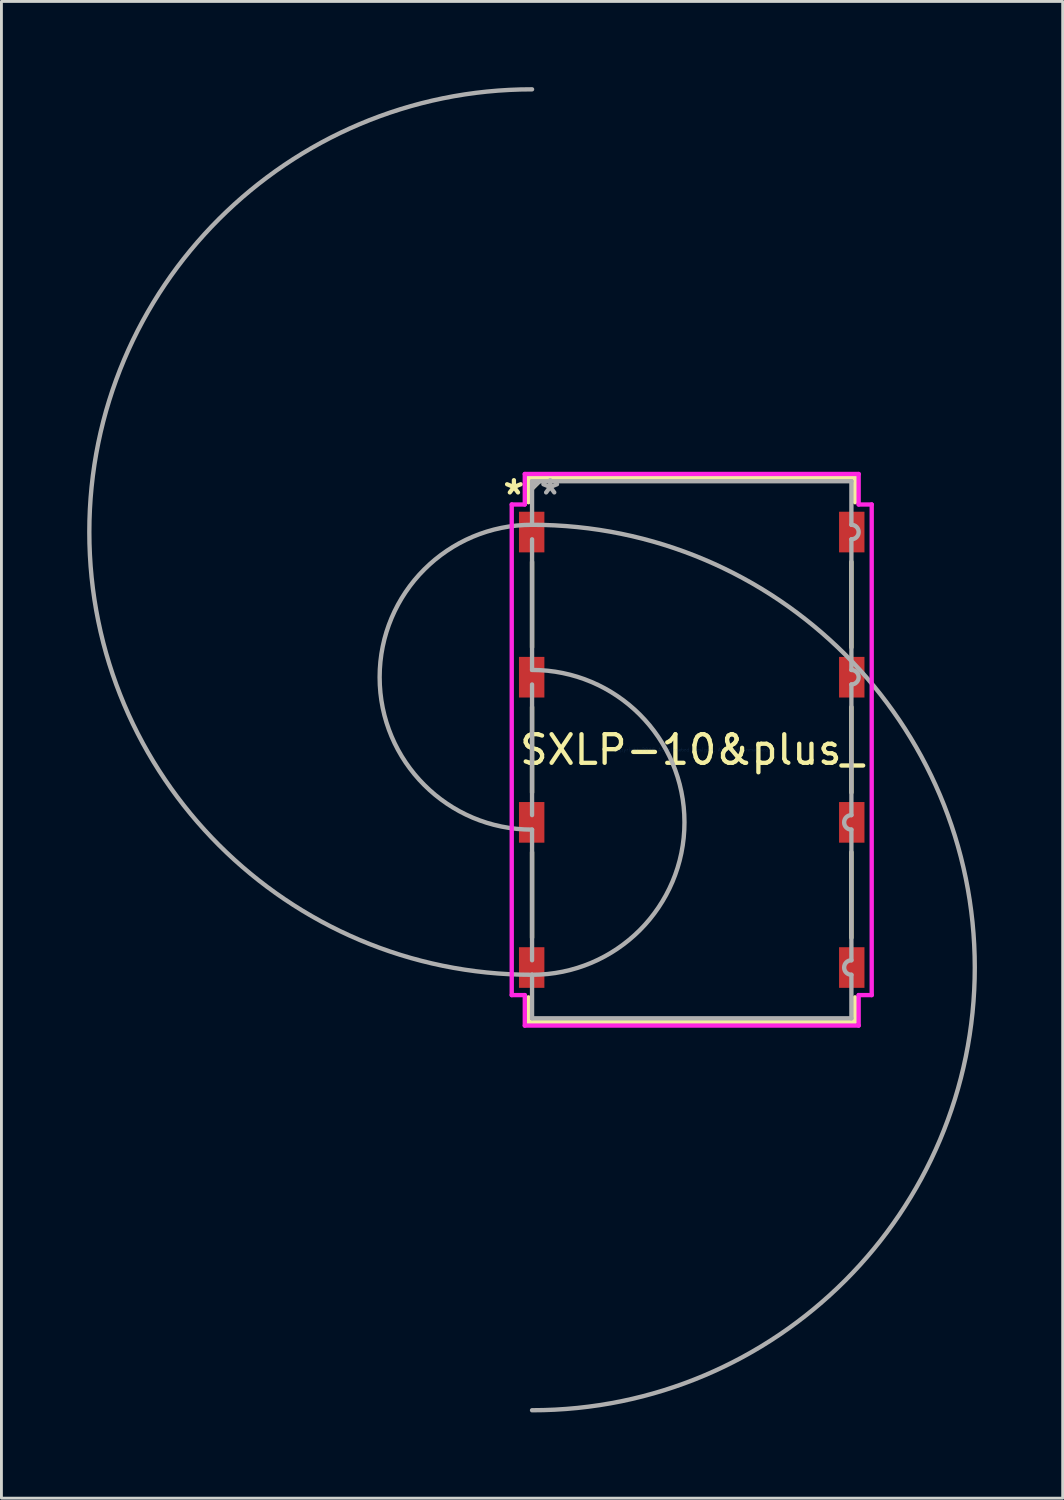
<source format=kicad_pcb>
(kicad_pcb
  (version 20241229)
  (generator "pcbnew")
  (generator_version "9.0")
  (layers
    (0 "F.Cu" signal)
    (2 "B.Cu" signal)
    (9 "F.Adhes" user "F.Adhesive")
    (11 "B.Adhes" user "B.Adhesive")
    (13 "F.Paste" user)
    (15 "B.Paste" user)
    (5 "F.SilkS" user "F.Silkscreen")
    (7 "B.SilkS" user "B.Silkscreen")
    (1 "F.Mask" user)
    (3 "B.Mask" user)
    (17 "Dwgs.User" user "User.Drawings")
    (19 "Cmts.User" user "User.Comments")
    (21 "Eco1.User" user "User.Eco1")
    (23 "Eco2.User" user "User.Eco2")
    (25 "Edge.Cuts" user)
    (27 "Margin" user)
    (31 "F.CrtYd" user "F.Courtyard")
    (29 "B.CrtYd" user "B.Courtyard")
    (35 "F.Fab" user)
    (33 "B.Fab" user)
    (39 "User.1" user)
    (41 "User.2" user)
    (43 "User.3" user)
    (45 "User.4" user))
  (footprint "SXLP-10&plus_"
    (layer "F.Cu")
    (at 21.158 23.19)
    (property "Reference" "SXLP-10&plus_" (at 0 0 0) (layer "F.SilkS") (effects (font (size 1 1) (thickness 0.15))))
    (attr through_hole)
    (fp_line (start -5.715 -9.525) (end 5.715 -9.525) (stroke (width 0.152) (type solid)) (layer "F.SilkS"))
    (fp_line (start -5.715 -8.664) (end -5.715 -9.525) (stroke (width 0.152) (type solid)) (layer "F.SilkS"))
    (fp_line (start -5.715 8.664) (end -5.715 9.525) (stroke (width 0.152) (type solid)) (layer "F.SilkS"))
    (fp_line (start -5.715 9.525) (end 5.715 9.525) (stroke (width 0.152) (type solid)) (layer "F.SilkS"))
    (fp_line (start -5.588 -6.576) (end -5.588 -3.584) (stroke (width 0.152) (type solid)) (layer "F.SilkS"))
    (fp_line (start -5.588 -1.496) (end -5.588 1.496) (stroke (width 0.152) (type solid)) (layer "F.SilkS"))
    (fp_line (start -5.588 3.584) (end -5.588 6.576) (stroke (width 0.152) (type solid)) (layer "F.SilkS"))
    (fp_line (start -5.334 -9.398) (end -5.588 -9.144) (stroke (width 0.152) (type solid)) (layer "F.SilkS"))
    (fp_line (start 5.588 -6.576) (end 5.588 -3.584) (stroke (width 0.152) (type solid)) (layer "F.SilkS"))
    (fp_line (start 5.588 -1.496) (end 5.588 1.496) (stroke (width 0.152) (type solid)) (layer "F.SilkS"))
    (fp_line (start 5.588 3.584) (end 5.588 6.576) (stroke (width 0.152) (type solid)) (layer "F.SilkS"))
    (fp_line (start 5.715 -8.664) (end 5.715 -9.525) (stroke (width 0.152) (type solid)) (layer "F.SilkS"))
    (fp_line (start 5.715 8.664) (end 5.715 9.525) (stroke (width 0.152) (type solid)) (layer "F.SilkS"))
    (fp_line (start -6.299 -8.585) (end -5.842 -8.585) (stroke (width 0.152) (type solid)) (layer "F.CrtYd"))
    (fp_line (start -6.299 8.585) (end -6.299 -8.585) (stroke (width 0.152) (type solid)) (layer "F.CrtYd"))
    (fp_line (start -6.299 8.585) (end -5.842 8.585) (stroke (width 0.152) (type solid)) (layer "F.CrtYd"))
    (fp_line (start -5.842 -9.652) (end 5.842 -9.652) (stroke (width 0.152) (type solid)) (layer "F.CrtYd"))
    (fp_line (start -5.842 -8.585) (end -5.842 -9.652) (stroke (width 0.152) (type solid)) (layer "F.CrtYd"))
    (fp_line (start -5.842 9.652) (end -5.842 8.585) (stroke (width 0.152) (type solid)) (layer "F.CrtYd"))
    (fp_line (start 5.842 -9.652) (end 5.842 -8.585) (stroke (width 0.152) (type solid)) (layer "F.CrtYd"))
    (fp_line (start 5.842 8.585) (end 5.842 9.652) (stroke (width 0.152) (type solid)) (layer "F.CrtYd"))
    (fp_line (start 5.842 9.652) (end -5.842 9.652) (stroke (width 0.152) (type solid)) (layer "F.CrtYd"))
    (fp_line (start 6.299 -8.585) (end 5.842 -8.585) (stroke (width 0.152) (type solid)) (layer "F.CrtYd"))
    (fp_line (start 6.299 -8.585) (end 6.299 8.585) (stroke (width 0.152) (type solid)) (layer "F.CrtYd"))
    (fp_line (start 6.299 8.585) (end 5.842 8.585) (stroke (width 0.152) (type solid)) (layer "F.CrtYd"))
    (fp_line (start -5.588 -9.398) (end 5.588 -9.398) (stroke (width 0.152) (type solid)) (layer "F.Fab"))
    (fp_line (start -5.588 -7.874) (end -5.588 -9.398) (stroke (width 0.152) (type solid)) (layer "F.Fab"))
    (fp_line (start -5.588 -7.366) (end -5.588 -2.794) (stroke (width 0.152) (type solid)) (layer "F.Fab"))
    (fp_line (start -5.588 -2.286) (end -5.588 2.286) (stroke (width 0.152) (type solid)) (layer "F.Fab"))
    (fp_line (start -5.588 2.794) (end -5.588 7.366) (stroke (width 0.152) (type solid)) (layer "F.Fab"))
    (fp_line (start -5.588 7.874) (end -5.588 9.398) (stroke (width 0.152) (type solid)) (layer "F.Fab"))
    (fp_line (start -5.588 9.398) (end 5.588 9.398) (stroke (width 0.152) (type solid)) (layer "F.Fab"))
    (fp_line (start -5.334 -9.398) (end -5.588 -9.144) (stroke (width 0.152) (type solid)) (layer "F.Fab"))
    (fp_line (start 5.588 -7.874) (end 5.588 -9.398) (stroke (width 0.152) (type solid)) (layer "F.Fab"))
    (fp_line (start 5.588 -7.366) (end 5.588 -2.794) (stroke (width 0.152) (type solid)) (layer "F.Fab"))
    (fp_line (start 5.588 -2.286) (end 5.588 2.286) (stroke (width 0.152) (type solid)) (layer "F.Fab"))
    (fp_line (start 5.588 2.794) (end 5.588 7.366) (stroke (width 0.152) (type solid)) (layer "F.Fab"))
    (fp_line (start 5.588 7.874) (end 5.588 9.398) (stroke (width 0.152) (type solid)) (layer "F.Fab"))
    (fp_arc (start -5.588 -7.874) (mid 9.906 7.62) (end -5.588 23.114) (stroke (width 0.1524) (type solid)) (layer "F.Fab"))
    (fp_arc (start -5.588 -2.794) (mid -0.254 2.54) (end -5.588 7.874) (stroke (width 0.1524) (type solid)) (layer "F.Fab"))
    (fp_arc (start -5.588 2.794) (mid -10.922 -2.54) (end -5.588 -7.874) (stroke (width 0.1524) (type solid)) (layer "F.Fab"))
    (fp_arc (start -5.588 7.874) (mid -21.082 -7.62) (end -5.588 -23.114) (stroke (width 0.1524) (type solid)) (layer "F.Fab"))
    (fp_arc (start 5.588 -7.874) (mid 5.842 -7.62) (end 5.588 -7.366) (stroke (width 0.1524) (type solid)) (layer "F.Fab"))
    (fp_arc (start 5.588 -2.794) (mid 5.842 -2.54) (end 5.588 -2.286) (stroke (width 0.1524) (type solid)) (layer "F.Fab"))
    (fp_arc (start 5.588 2.794) (mid 5.334 2.54) (end 5.588 2.286) (stroke (width 0.1524) (type solid)) (layer "F.Fab"))
    (fp_arc (start 5.588 7.874) (mid 5.334 7.62) (end 5.588 7.366) (stroke (width 0.1524) (type solid)) (layer "F.Fab"))
    (fp_text user "*" (at -6.223 -8.89 0) (layer "F.SilkS") (effects (font (size 1 1) (thickness 0.15))))
    (fp_text user "Copyright 2016 Accelerated Designs. All rights reserved." (at 0 0 0) (layer "Cmts.User") (effects (font (size 0.127 0.127) (thickness 0.002))))
    (fp_text user "*" (at -4.953 -8.89 0) (layer "F.Fab") (effects (font (size 1 1) (thickness 0.15))))
    (pad "1" smd rect (at -5.601 -7.62) (size 0.889 1.422) (layers "F.Cu" "F.Mask" "F.Paste"))
    (pad "2" smd rect (at 5.601 -7.62) (size 0.889 1.422) (layers "F.Cu" "F.Mask" "F.Paste"))
    (pad "3" smd rect (at -5.601 -2.54) (size 0.889 1.422) (layers "F.Cu" "F.Mask" "F.Paste"))
    (pad "4" smd rect (at 5.601 -2.54) (size 0.889 1.422) (layers "F.Cu" "F.Mask" "F.Paste"))
    (pad "5" smd rect (at -5.601 2.54) (size 0.889 1.422) (layers "F.Cu" "F.Mask" "F.Paste"))
    (pad "6" smd rect (at 5.601 2.54) (size 0.889 1.422) (layers "F.Cu" "F.Mask" "F.Paste"))
    (pad "7" smd rect (at -5.601 7.62) (size 0.889 1.422) (layers "F.Cu" "F.Mask" "F.Paste"))
    (pad "8" smd rect (at 5.601 7.62) (size 0.889 1.422) (layers "F.Cu" "F.Mask" "F.Paste")))
  (gr_rect
    (start -3 -3)
    (end 34.14 49.38)
    (stroke (width 0.1) (type default))
    (fill no)
    (layer "Edge.Cuts")))
</source>
